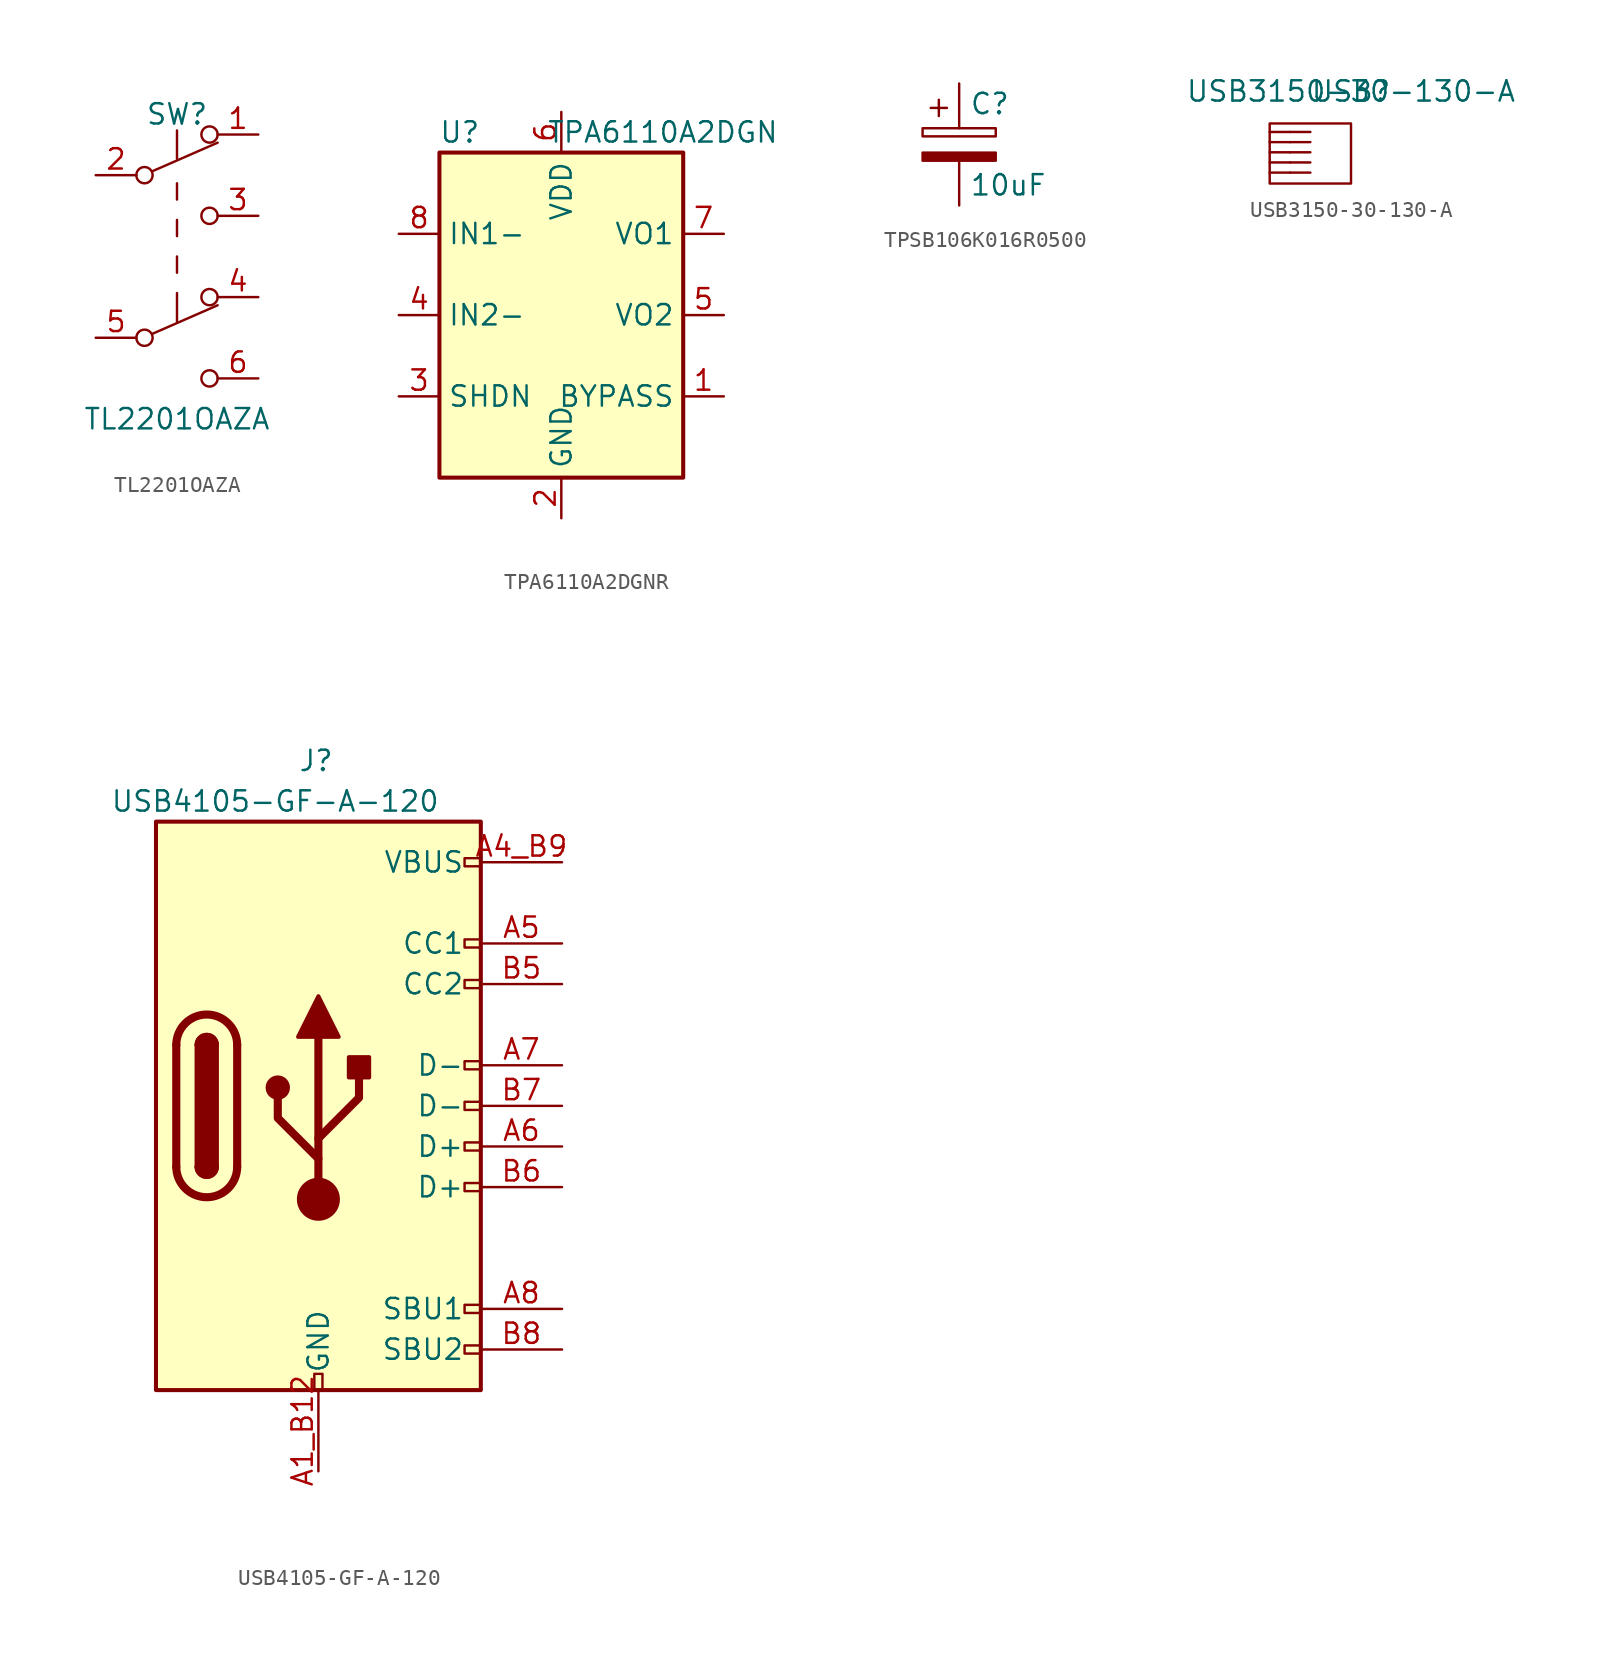
<source format=kicad_sym>
(kicad_symbol_lib
  (version 20220914)
  (generator kicad_symbol_editor)
  (symbol "TL2201OAZA"
    (pin_names
      (offset 0) hide)
    (property "Reference" "SW"
      (at 0 8.89 0)
      (effects (font (size 1.27 1.27))))
    (property "Value" "TL2201OAZA"
      (at 0 -10.16 0)
      (effects (font (size 1.27 1.27))))
    (symbol "TL2201OAZA_0_0"
      (circle (center -2.032 -5.08) (radius 0.508) (stroke (width 0) (type default)) (fill (type none)))
      (circle (center -2.032 5.08) (radius 0.508) (stroke (width 0) (type default)) (fill (type none)))
      (circle (center 2.032 -7.62) (radius 0.508) (stroke (width 0) (type default)) (fill (type none)))
      (circle (center 2.032 2.54) (radius 0.508) (stroke (width 0) (type default)) (fill (type none))))
    (symbol "TL2201OAZA_0_1"
      (polyline (pts (xy -1.524 -4.826) (xy 2.54 -3.048)) (stroke (width 0) (type default)) (fill (type none)))
      (polyline (pts (xy -1.524 5.334) (xy 2.54 7.112)) (stroke (width 0) (type default)) (fill (type none)))
      (polyline (pts (xy 0 -2.286) (xy 0 -4.064)) (stroke (width 0) (type default)) (fill (type none)))
      (polyline (pts (xy 0 -1.016) (xy 0 0)) (stroke (width 0) (type default)) (fill (type none)))
      (polyline (pts (xy 0 1.27) (xy 0 2.286)) (stroke (width 0) (type default)) (fill (type none)))
      (polyline (pts (xy 0 3.556) (xy 0 4.572)) (stroke (width 0) (type default)) (fill (type none)))
      (polyline (pts (xy 0 7.874) (xy 0 6.096)) (stroke (width 0) (type default)) (fill (type none)))
      (circle (center 2.032 -2.54) (radius 0.508) (stroke (width 0) (type default)) (fill (type none)))
      (circle (center 2.032 7.62) (radius 0.508) (stroke (width 0) (type default)) (fill (type none))))
    (symbol "TL2201OAZA_1_1"
      (pin passive line (at 5.08 7.62 180) (length 2.54) (name "A" (effects (font (size 1.27 1.27)))) (number "1" (effects (font (size 1.27 1.27)))))
      (pin passive line (at -5.08 5.08 0) (length 2.54) (name "B" (effects (font (size 1.27 1.27)))) (number "2" (effects (font (size 1.27 1.27)))))
      (pin passive line (at 5.08 2.54 180) (length 2.54) (name "C" (effects (font (size 1.27 1.27)))) (number "3" (effects (font (size 1.27 1.27)))))
      (pin passive line (at 5.08 -2.54 180) (length 2.54) (name "A" (effects (font (size 1.27 1.27)))) (number "4" (effects (font (size 1.27 1.27)))))
      (pin passive line (at -5.08 -5.08 0) (length 2.54) (name "B" (effects (font (size 1.27 1.27)))) (number "5" (effects (font (size 1.27 1.27)))))
      (pin passive line (at 5.08 -7.62 180) (length 2.54) (name "C" (effects (font (size 1.27 1.27)))) (number "6" (effects (font (size 1.27 1.27)))))))
  (symbol "TPA6110A2DGNR"
    (property "Reference" "U"
      (at -6.35 11.43 0)
      (effects (font (size 1.27 1.27))))
    (property "Value" "TPA6110A2DGN"
      (at 6.35 11.43 0)
      (effects (font (size 1.27 1.27))))
    (symbol "TPA6110A2DGNR_0_1"
      (rectangle (start -7.62 10.16) (end 7.62 -10.16) (stroke (width 0.254) (type default)) (fill (type background))))
    (symbol "TPA6110A2DGNR_1_1"
      (pin passive line (at 10.16 -5.08 180) (length 2.54) (name "BYPASS" (effects (font (size 1.27 1.27)))) (number "1" (effects (font (size 1.27 1.27)))))
      (pin power_in line (at 0 -12.7 90) (length 2.54) (name "GND" (effects (font (size 1.27 1.27)))) (number "2" (effects (font (size 1.27 1.27)))))
      (pin input line (at -10.16 -5.08 0) (length 2.54) (name "SHDN" (effects (font (size 1.27 1.27)))) (number "3" (effects (font (size 1.27 1.27)))))
      (pin input line (at -10.16 0 0) (length 2.54) (name "IN2-" (effects (font (size 1.27 1.27)))) (number "4" (effects (font (size 1.27 1.27)))))
      (pin output line (at 10.16 0 180) (length 2.54) (name "VO2" (effects (font (size 1.27 1.27)))) (number "5" (effects (font (size 1.27 1.27)))))
      (pin power_in line (at 0 12.7 270) (length 2.54) (name "VDD" (effects (font (size 1.27 1.27)))) (number "6" (effects (font (size 1.27 1.27)))))
      (pin output line (at 10.16 5.08 180) (length 2.54) (name "VO1" (effects (font (size 1.27 1.27)))) (number "7" (effects (font (size 1.27 1.27)))))
      (pin input line (at -10.16 5.08 0) (length 2.54) (name "IN1-" (effects (font (size 1.27 1.27)))) (number "8" (effects (font (size 1.27 1.27)))))
      (pin passive line (at 0 -12.7 90) (length 2.54) hide (name "GND" (effects (font (size 1.27 1.27)))) (number "9" (effects (font (size 1.27 1.27)))))))
  (symbol "TPSB106K016R0500"
    (pin_numbers hide)
    (pin_names
      (offset 0.254))
    (property "Reference" "C"
      (at 0.635 2.54 0)
      (effects (font (size 1.27 1.27)) (justify left)))
    (property "Value" "10uF"
      (at 0.635 -2.54 0)
      (effects (font (size 1.27 1.27)) (justify left)))
    (symbol "TPSB106K016R0500_0_1"
      (rectangle (start -2.286 0.508) (end 2.286 1.016) (stroke (width 0) (type default)) (fill (type none)))
      (polyline (pts (xy -1.778 2.286) (xy -0.762 2.286)) (stroke (width 0) (type default)) (fill (type none)))
      (polyline (pts (xy -1.27 2.794) (xy -1.27 1.778)) (stroke (width 0) (type default)) (fill (type none)))
      (rectangle (start 2.286 -0.508) (end -2.286 -1.016) (stroke (width 0) (type default)) (fill (type outline))))
    (symbol "TPSB106K016R0500_1_1"
      (pin passive line (at 0 3.81 270) (length 2.794) (name "~" (effects (font (size 1.27 1.27)))) (number "1" (effects (font (size 1.27 1.27)))))
      (pin passive line (at 0 -3.81 90) (length 2.794) (name "~" (effects (font (size 1.27 1.27)))) (number "2" (effects (font (size 1.27 1.27)))))))
  (symbol "USB3150-30-130-A"
    (property "Reference" "USB"
      (at 0 0 0)
      (effects (font (size 1.27 1.27))))
    (property "Value" "USB3150-30-130-A"
      (at 0 0 0)
      (effects (font (size 1.27 1.27))))
    (symbol "USB3150-30-130-A_0_1"
      (rectangle (start -5.08 -2.009) (end 0 -5.763) (stroke (width 0) (type default)) (fill (type none)))
      (polyline (pts (xy -5.08 -5.08) (xy -3.81 -5.08)) (stroke (width 0) (type default)) (fill (type none)))
      (polyline (pts (xy -5.08 -4.445) (xy -3.81 -4.445)) (stroke (width 0) (type default)) (fill (type none)))
      (polyline (pts (xy -5.08 -3.81) (xy -3.81 -3.81)) (stroke (width 0) (type default)) (fill (type none)))
      (polyline (pts (xy -5.08 -3.175) (xy -3.81 -3.175)) (stroke (width 0) (type default)) (fill (type none)))
      (polyline (pts (xy -5.08 -2.54) (xy -3.81 -2.54)) (stroke (width 0) (type default)) (fill (type none)))
      (polyline (pts (xy -3.81 -5.08) (xy -2.54 -5.08)) (stroke (width 0) (type default)) (fill (type none)))
      (polyline (pts (xy -3.81 -4.445) (xy -2.54 -4.445)) (stroke (width 0) (type default)) (fill (type none)))
      (polyline (pts (xy -3.81 -3.81) (xy -2.54 -3.81)) (stroke (width 0) (type default)) (fill (type none)))
      (polyline (pts (xy -3.81 -3.175) (xy -2.54 -3.175)) (stroke (width 0) (type default)) (fill (type none)))
      (polyline (pts (xy -3.81 -2.54) (xy -2.54 -2.54)) (stroke (width 0) (type default)) (fill (type none)))))
  (symbol "USB4105-GF-A-120"
    (pin_names
      (offset 1.016))
    (property "Reference" "J"
      (at -1.27 21.59 0)
      (effects (font (size 1.27 1.27)) (justify left)))
    (property "Value" "USB4105-GF-A-120"
      (at 7.62 19.05 0)
      (effects (font (size 1.27 1.27)) (justify right)))
    (symbol "USB4105-GF-A-120_0_0"
      (rectangle (start -0.254 -17.78) (end 0.254 -16.764) (stroke (width 0) (type default)) (fill (type none)))
      (rectangle (start 10.16 -14.986) (end 9.144 -15.494) (stroke (width 0) (type default)) (fill (type none)))
      (rectangle (start 10.16 -12.446) (end 9.144 -12.954) (stroke (width 0) (type default)) (fill (type none)))
      (rectangle (start 10.16 -4.826) (end 9.144 -5.334) (stroke (width 0) (type default)) (fill (type none)))
      (rectangle (start 10.16 -2.286) (end 9.144 -2.794) (stroke (width 0) (type default)) (fill (type none)))
      (rectangle (start 10.16 0.254) (end 9.144 -0.254) (stroke (width 0) (type default)) (fill (type none)))
      (rectangle (start 10.16 2.794) (end 9.144 2.286) (stroke (width 0) (type default)) (fill (type none)))
      (rectangle (start 10.16 7.874) (end 9.144 7.366) (stroke (width 0) (type default)) (fill (type none)))
      (rectangle (start 10.16 10.414) (end 9.144 9.906) (stroke (width 0) (type default)) (fill (type none)))
      (rectangle (start 10.16 15.494) (end 9.144 14.986) (stroke (width 0) (type default)) (fill (type none))))
    (symbol "USB4105-GF-A-120_0_1"
      (rectangle (start -10.16 17.78) (end 10.16 -17.78) (stroke (width 0.254) (type default)) (fill (type background)))
      (arc (start -8.89 -3.81) (mid -6.985 -5.7067) (end -5.08 -3.81) (stroke (width 0.508) (type default)) (fill (type none)))
      (arc (start -7.62 -3.81) (mid -6.985 -4.4423) (end -6.35 -3.81) (stroke (width 0.254) (type default)) (fill (type none)))
      (arc (start -7.62 -3.81) (mid -6.985 -4.4423) (end -6.35 -3.81) (stroke (width 0.254) (type default)) (fill (type outline)))
      (rectangle (start -7.62 -3.81) (end -6.35 3.81) (stroke (width 0.254) (type default)) (fill (type outline)))
      (arc (start -6.35 3.81) (mid -6.985 4.4423) (end -7.62 3.81) (stroke (width 0.254) (type default)) (fill (type none)))
      (arc (start -6.35 3.81) (mid -6.985 4.4423) (end -7.62 3.81) (stroke (width 0.254) (type default)) (fill (type outline)))
      (arc (start -5.08 3.81) (mid -6.985 5.7067) (end -8.89 3.81) (stroke (width 0.508) (type default)) (fill (type none)))
      (circle (center -2.54 1.143) (radius 0.635) (stroke (width 0.254) (type default)) (fill (type outline)))
      (circle (center 0 -5.842) (radius 1.27) (stroke (width 0) (type default)) (fill (type outline)))
      (polyline (pts (xy -8.89 -3.81) (xy -8.89 3.81)) (stroke (width 0.508) (type default)) (fill (type none)))
      (polyline (pts (xy -5.08 3.81) (xy -5.08 -3.81)) (stroke (width 0.508) (type default)) (fill (type none)))
      (polyline (pts (xy 0 -5.842) (xy 0 4.318)) (stroke (width 0.508) (type default)) (fill (type none)))
      (polyline (pts (xy 0 -3.302) (xy -2.54 -0.762) (xy -2.54 0.508)) (stroke (width 0.508) (type default)) (fill (type none)))
      (polyline (pts (xy 0 -2.032) (xy 2.54 0.508) (xy 2.54 1.778)) (stroke (width 0.508) (type default)) (fill (type none)))
      (polyline (pts (xy -1.27 4.318) (xy 0 6.858) (xy 1.27 4.318) (xy -1.27 4.318)) (stroke (width 0.254) (type default)) (fill (type outline)))
      (rectangle (start 1.905 1.778) (end 3.175 3.048) (stroke (width 0.254) (type default)) (fill (type outline))))
    (symbol "USB4105-GF-A-120_1_1"
      (pin passive line (at 0 -22.86 90) (length 5.08) (name "GND" (effects (font (size 1.27 1.27)))) (number "A1_B12" (effects (font (size 1.27 1.27)))))
      (pin passive line (at 15.24 15.24 180) (length 5.08) (name "VBUS" (effects (font (size 1.27 1.27)))) (number "A4_B9" (effects (font (size 1.27 1.27)))))
      (pin bidirectional line (at 15.24 10.16 180) (length 5.08) (name "CC1" (effects (font (size 1.27 1.27)))) (number "A5" (effects (font (size 1.27 1.27)))))
      (pin bidirectional line (at 15.24 -2.54 180) (length 5.08) (name "D+" (effects (font (size 1.27 1.27)))) (number "A6" (effects (font (size 1.27 1.27)))))
      (pin bidirectional line (at 15.24 2.54 180) (length 5.08) (name "D-" (effects (font (size 1.27 1.27)))) (number "A7" (effects (font (size 1.27 1.27)))))
      (pin bidirectional line (at 15.24 -12.7 180) (length 5.08) (name "SBU1" (effects (font (size 1.27 1.27)))) (number "A8" (effects (font (size 1.27 1.27)))))
      (pin passive line (at 0 -22.86 90) (length 5.08) hide (name "GND" (effects (font (size 1.27 1.27)))) (number "B1_A12" (effects (font (size 1.27 1.27)))))
      (pin passive line (at 15.24 15.24 180) (length 5.08) hide (name "VBUS" (effects (font (size 1.27 1.27)))) (number "B4_A9" (effects (font (size 1.27 1.27)))))
      (pin bidirectional line (at 15.24 7.62 180) (length 5.08) (name "CC2" (effects (font (size 1.27 1.27)))) (number "B5" (effects (font (size 1.27 1.27)))))
      (pin bidirectional line (at 15.24 -5.08 180) (length 5.08) (name "D+" (effects (font (size 1.27 1.27)))) (number "B6" (effects (font (size 1.27 1.27)))))
      (pin bidirectional line (at 15.24 0 180) (length 5.08) (name "D-" (effects (font (size 1.27 1.27)))) (number "B7" (effects (font (size 1.27 1.27)))))
      (pin bidirectional line (at 15.24 -15.24 180) (length 5.08) (name "SBU2" (effects (font (size 1.27 1.27)))) (number "B8" (effects (font (size 1.27 1.27))))))))
</source>
